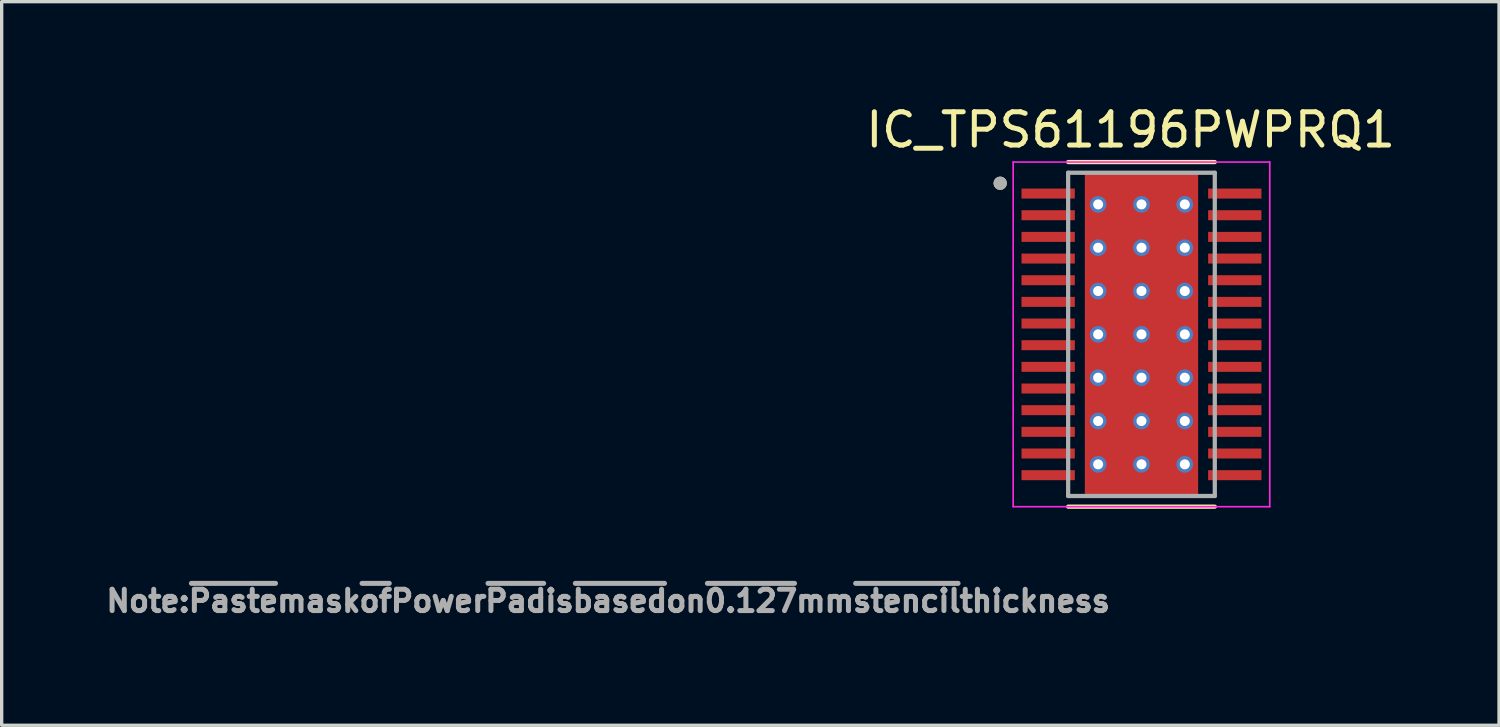
<source format=kicad_pcb>
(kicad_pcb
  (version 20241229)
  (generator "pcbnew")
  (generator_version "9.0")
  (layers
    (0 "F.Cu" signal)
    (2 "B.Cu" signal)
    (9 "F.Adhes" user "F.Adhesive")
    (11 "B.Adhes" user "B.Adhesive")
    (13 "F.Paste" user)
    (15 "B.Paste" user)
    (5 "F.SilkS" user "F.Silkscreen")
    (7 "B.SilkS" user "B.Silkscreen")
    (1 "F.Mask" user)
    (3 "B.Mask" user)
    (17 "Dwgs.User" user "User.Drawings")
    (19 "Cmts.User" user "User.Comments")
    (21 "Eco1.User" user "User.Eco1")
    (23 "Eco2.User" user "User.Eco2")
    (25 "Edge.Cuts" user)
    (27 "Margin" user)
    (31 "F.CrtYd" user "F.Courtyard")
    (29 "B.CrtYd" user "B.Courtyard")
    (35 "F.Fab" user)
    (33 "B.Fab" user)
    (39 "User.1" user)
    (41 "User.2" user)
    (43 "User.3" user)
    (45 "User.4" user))
  (footprint "IC_TPS61196PWPRQ1"
    (layer "F.Cu")
    (at 31.201 6.983)
    (property "Reference" "IC_TPS61196PWPRQ1" (at -0.325 -6.135 0) (layer "F.SilkS") (effects (font (size 1 1) (thickness 0.15))))
    (attr through_hole)
    (fp_poly (pts (xy -3 2) (xy -1 2) (xy -3 2)) (stroke (width 0) (type solid)) (fill yes) (layer "F.Mask"))
    (fp_poly (pts (xy 1 1) (xy 3 1) (xy 1 1)) (stroke (width 0) (type solid)) (fill yes) (layer "F.Mask"))
    (fp_poly (pts (xy 1 2) (xy 3 2) (xy 1 2)) (stroke (width 0) (type solid)) (fill yes) (layer "F.Mask"))
    (fp_poly (pts (xy 1 3) (xy 3 3) (xy 1 3)) (stroke (width 0) (type solid)) (fill yes) (layer "F.Mask"))
    (fp_poly (pts (xy 1 4) (xy 3 4) (xy 1 4)) (stroke (width 0) (type solid)) (fill yes) (layer "F.Mask"))
    (fp_poly (pts (xy -3.683 -1.168) (xy -1.943 -1.168) (xy -1.943 -0.728) (xy -3.683 -0.728)) (stroke (width 0) (type solid)) (fill yes) (layer "F.Mask"))
    (fp_poly (pts (xy -3.683 -0.533) (xy -1.943 -0.533) (xy -1.943 -0.093) (xy -3.683 -0.093)) (stroke (width 0) (type solid)) (fill yes) (layer "F.Mask"))
    (fp_poly (pts (xy -3.683 3.353) (xy -1.943 3.353) (xy -1.943 3.793) (xy -3.683 3.793)) (stroke (width 0) (type solid)) (fill yes) (layer "F.Mask"))
    (fp_poly (pts (xy -3.67 -4.445) (xy -1.93 -4.445) (xy -1.93 -4.005) (xy -3.67 -4.005)) (stroke (width 0.01) (type solid)) (fill yes) (layer "F.Mask"))
    (fp_poly (pts (xy -3.67 -3.795) (xy -1.93 -3.795) (xy -1.93 -3.355) (xy -3.67 -3.355)) (stroke (width 0.01) (type solid)) (fill yes) (layer "F.Mask"))
    (fp_poly (pts (xy -3.67 -3.145) (xy -1.93 -3.145) (xy -1.93 -2.705) (xy -3.67 -2.705)) (stroke (width 0.01) (type solid)) (fill yes) (layer "F.Mask"))
    (fp_poly (pts (xy -3.67 -2.495) (xy -1.93 -2.495) (xy -1.93 -2.055) (xy -3.67 -2.055)) (stroke (width 0.01) (type solid)) (fill yes) (layer "F.Mask"))
    (fp_poly (pts (xy -3.67 -1.845) (xy -1.93 -1.845) (xy -1.93 -1.405) (xy -3.67 -1.405)) (stroke (width 0.01) (type solid)) (fill yes) (layer "F.Mask"))
    (fp_poly (pts (xy -3.67 2.705) (xy -1.93 2.705) (xy -1.93 3.145) (xy -3.67 3.145)) (stroke (width 0) (type solid)) (fill yes) (layer "F.Mask"))
    (fp_poly (pts (xy -3.658 0.127) (xy -1.918 0.127) (xy -1.918 0.567) (xy -3.658 0.567)) (stroke (width 0) (type solid)) (fill yes) (layer "F.Mask"))
    (fp_poly (pts (xy -3.658 0.737) (xy -1.918 0.737) (xy -1.918 1.177) (xy -3.658 1.177)) (stroke (width 0) (type solid)) (fill yes) (layer "F.Mask"))
    (fp_poly (pts (xy -3.658 1.397) (xy -1.918 1.397) (xy -1.918 1.837) (xy -3.658 1.837)) (stroke (width 0) (type solid)) (fill yes) (layer "F.Mask"))
    (fp_poly (pts (xy -3.658 2.057) (xy -1.918 2.057) (xy -1.918 2.497) (xy -3.658 2.497)) (stroke (width 0) (type solid)) (fill yes) (layer "F.Mask"))
    (fp_poly (pts (xy -3.658 4.013) (xy -1.918 4.013) (xy -1.918 4.453) (xy -3.658 4.453)) (stroke (width 0) (type solid)) (fill yes) (layer "F.Mask"))
    (fp_poly (pts (xy -1.702 -4.851) (xy 1.715 -4.851) (xy 1.715 4.885) (xy -1.702 4.885)) (stroke (width 0) (type solid)) (fill yes) (layer "F.Mask"))
    (fp_poly (pts (xy -1.2 -3.23) (xy 1.2 -3.23) (xy 1.2 3.23) (xy -1.2 3.23)) (stroke (width 0.01) (type solid)) (fill yes) (layer "F.Mask"))
    (fp_poly (pts (xy 1.93 -4.445) (xy 3.67 -4.445) (xy 3.67 -4.005) (xy 1.93 -4.005)) (stroke (width 0.01) (type solid)) (fill yes) (layer "F.Mask"))
    (fp_poly (pts (xy 1.93 -3.795) (xy 3.67 -3.795) (xy 3.67 -3.355) (xy 1.93 -3.355)) (stroke (width 0.01) (type solid)) (fill yes) (layer "F.Mask"))
    (fp_poly (pts (xy 1.93 -3.145) (xy 3.67 -3.145) (xy 3.67 -2.705) (xy 1.93 -2.705)) (stroke (width 0.01) (type solid)) (fill yes) (layer "F.Mask"))
    (fp_poly (pts (xy 1.93 -2.495) (xy 3.67 -2.495) (xy 3.67 -2.055) (xy 1.93 -2.055)) (stroke (width 0.01) (type solid)) (fill yes) (layer "F.Mask"))
    (fp_poly (pts (xy 1.93 -1.845) (xy 3.67 -1.845) (xy 3.67 -1.405) (xy 1.93 -1.405)) (stroke (width 0.01) (type solid)) (fill yes) (layer "F.Mask"))
    (fp_poly (pts (xy 1.93 0.762) (xy 3.67 0.762) (xy 3.67 1.202) (xy 1.93 1.202)) (stroke (width 0) (type solid)) (fill yes) (layer "F.Mask"))
    (fp_poly (pts (xy 1.93 1.422) (xy 3.67 1.422) (xy 3.67 1.862) (xy 1.93 1.862)) (stroke (width 0) (type solid)) (fill yes) (layer "F.Mask"))
    (fp_poly (pts (xy 1.956 -1.194) (xy 3.696 -1.194) (xy 3.696 -0.754) (xy 1.956 -0.754)) (stroke (width 0) (type solid)) (fill yes) (layer "F.Mask"))
    (fp_poly (pts (xy 1.956 -0.533) (xy 3.696 -0.533) (xy 3.696 -0.093) (xy 1.956 -0.093)) (stroke (width 0) (type solid)) (fill yes) (layer "F.Mask"))
    (fp_poly (pts (xy 1.956 0.102) (xy 3.696 0.102) (xy 3.696 0.542) (xy 1.956 0.542)) (stroke (width 0) (type solid)) (fill yes) (layer "F.Mask"))
    (fp_poly (pts (xy 1.956 2.057) (xy 3.696 2.057) (xy 3.696 2.497) (xy 1.956 2.497)) (stroke (width 0) (type solid)) (fill yes) (layer "F.Mask"))
    (fp_poly (pts (xy 1.956 2.718) (xy 3.696 2.718) (xy 3.696 3.158) (xy 1.956 3.158)) (stroke (width 0) (type solid)) (fill yes) (layer "F.Mask"))
    (fp_poly (pts (xy 1.956 3.353) (xy 3.696 3.353) (xy 3.696 3.793) (xy 1.956 3.793)) (stroke (width 0) (type solid)) (fill yes) (layer "F.Mask"))
    (fp_poly (pts (xy 1.956 3.988) (xy 3.696 3.988) (xy 3.696 4.428) (xy 1.956 4.428)) (stroke (width 0) (type solid)) (fill yes) (layer "F.Mask"))
    (fp_line (start -2.2 -5.17) (end 2.2 -5.17) (stroke (width 0.127) (type solid)) (layer "F.SilkS"))
    (fp_line (start -2.2 5.17) (end 2.2 5.17) (stroke (width 0.127) (type solid)) (layer "F.SilkS"))
    (fp_circle (center -4.24 -4.535) (end -4.14 -4.535) (stroke (width 0.2) (type solid)) (fill no) (layer "F.SilkS"))
    (fp_poly (pts (xy -3 0) (xy -2 0) (xy -3 0)) (stroke (width 0) (type solid)) (fill yes) (layer "F.Paste"))
    (fp_poly (pts (xy -3 0) (xy -2 0) (xy -3 0)) (stroke (width 0) (type solid)) (fill yes) (layer "F.Paste"))
    (fp_poly (pts (xy -3 1) (xy -2 1) (xy -3 1)) (stroke (width 0) (type solid)) (fill yes) (layer "F.Paste"))
    (fp_poly (pts (xy -3 2) (xy -2 2) (xy -3 2)) (stroke (width 0) (type solid)) (fill yes) (layer "F.Paste"))
    (fp_poly (pts (xy -3 3) (xy -2 3) (xy -3 3)) (stroke (width 0) (type solid)) (fill yes) (layer "F.Paste"))
    (fp_poly (pts (xy -3 4) (xy -2 4) (xy -3 4)) (stroke (width 0.01) (type solid)) (fill yes) (layer "F.Paste"))
    (fp_poly (pts (xy 2 0) (xy 3 0) (xy 2 0)) (stroke (width 0) (type solid)) (fill yes) (layer "F.Paste"))
    (fp_poly (pts (xy 2 3) (xy 3 3) (xy 2 3)) (stroke (width 0.01) (type solid)) (fill yes) (layer "F.Paste"))
    (fp_poly (pts (xy 2 4) (xy 3 4) (xy 2 4)) (stroke (width 0) (type solid)) (fill yes) (layer "F.Paste"))
    (fp_poly (pts (xy -3.588 -1.118) (xy -2.038 -1.118) (xy -2.038 -0.868) (xy -3.588 -0.868)) (stroke (width 0.01) (type solid)) (fill yes) (layer "F.Paste"))
    (fp_poly (pts (xy -3.588 0.838) (xy -2.038 0.838) (xy -2.038 1.088) (xy -3.588 1.088)) (stroke (width 0.01) (type solid)) (fill yes) (layer "F.Paste"))
    (fp_poly (pts (xy -3.588 2.819) (xy -2.038 2.819) (xy -2.038 3.069) (xy -3.588 3.069)) (stroke (width 0.01) (type solid)) (fill yes) (layer "F.Paste"))
    (fp_poly (pts (xy -3.588 3.458) (xy -2.038 3.458) (xy -2.038 3.708) (xy -3.588 3.708)) (stroke (width 0.01) (type solid)) (fill yes) (layer "F.Paste"))
    (fp_poly (pts (xy -3.575 -4.35) (xy -2.025 -4.35) (xy -2.025 -4.1) (xy -3.575 -4.1)) (stroke (width 0.01) (type solid)) (fill yes) (layer "F.Paste"))
    (fp_poly (pts (xy -3.575 -3.7) (xy -2.025 -3.7) (xy -2.025 -3.45) (xy -3.575 -3.45)) (stroke (width 0.01) (type solid)) (fill yes) (layer "F.Paste"))
    (fp_poly (pts (xy -3.575 -3.05) (xy -2.025 -3.05) (xy -2.025 -2.8) (xy -3.575 -2.8)) (stroke (width 0.01) (type solid)) (fill yes) (layer "F.Paste"))
    (fp_poly (pts (xy -3.575 -2.4) (xy -2.025 -2.4) (xy -2.025 -2.15) (xy -3.575 -2.15)) (stroke (width 0.01) (type solid)) (fill yes) (layer "F.Paste"))
    (fp_poly (pts (xy -3.575 -1.75) (xy -2.025 -1.75) (xy -2.025 -1.5) (xy -3.575 -1.5)) (stroke (width 0.01) (type solid)) (fill yes) (layer "F.Paste"))
    (fp_poly (pts (xy -3.563 -0.453) (xy -2.013 -0.453) (xy -2.013 -0.203) (xy -3.563 -0.203)) (stroke (width 0.01) (type solid)) (fill yes) (layer "F.Paste"))
    (fp_poly (pts (xy -3.563 0.203) (xy -2.013 0.203) (xy -2.013 0.453) (xy -3.563 0.453)) (stroke (width 0.01) (type solid)) (fill yes) (layer "F.Paste"))
    (fp_poly (pts (xy -3.563 1.503) (xy -2.013 1.503) (xy -2.013 1.753) (xy -3.563 1.753)) (stroke (width 0.01) (type solid)) (fill yes) (layer "F.Paste"))
    (fp_poly (pts (xy -3.563 2.159) (xy -2.013 2.159) (xy -2.013 2.409) (xy -3.563 2.409)) (stroke (width 0.01) (type solid)) (fill yes) (layer "F.Paste"))
    (fp_poly (pts (xy -3.563 4.093) (xy -2.013 4.093) (xy -2.013 4.343) (xy -3.563 4.343)) (stroke (width 0.01) (type solid)) (fill yes) (layer "F.Paste"))
    (fp_poly (pts (xy -1.2 -3.23) (xy 1.2 -3.23) (xy 1.2 3.23) (xy -1.2 3.23)) (stroke (width 0.01) (type solid)) (fill yes) (layer "F.Paste"))
    (fp_poly (pts (xy 2.025 -4.35) (xy 3.575 -4.35) (xy 3.575 -4.1) (xy 2.025 -4.1)) (stroke (width 0.01) (type solid)) (fill yes) (layer "F.Paste"))
    (fp_poly (pts (xy 2.025 -3.7) (xy 3.575 -3.7) (xy 3.575 -3.45) (xy 2.025 -3.45)) (stroke (width 0.01) (type solid)) (fill yes) (layer "F.Paste"))
    (fp_poly (pts (xy 2.025 -3.05) (xy 3.575 -3.05) (xy 3.575 -2.8) (xy 2.025 -2.8)) (stroke (width 0.01) (type solid)) (fill yes) (layer "F.Paste"))
    (fp_poly (pts (xy 2.025 -2.4) (xy 3.575 -2.4) (xy 3.575 -2.15) (xy 2.025 -2.15)) (stroke (width 0.01) (type solid)) (fill yes) (layer "F.Paste"))
    (fp_poly (pts (xy 2.025 -1.75) (xy 3.575 -1.75) (xy 3.575 -1.5) (xy 2.025 -1.5)) (stroke (width 0.01) (type solid)) (fill yes) (layer "F.Paste"))
    (fp_poly (pts (xy 2.025 -1.118) (xy 3.575 -1.118) (xy 3.575 -0.868) (xy 2.025 -0.868)) (stroke (width 0.01) (type solid)) (fill yes) (layer "F.Paste"))
    (fp_poly (pts (xy 2.025 -0.457) (xy 3.575 -0.457) (xy 3.575 -0.207) (xy 2.025 -0.207)) (stroke (width 0.01) (type solid)) (fill yes) (layer "F.Paste"))
    (fp_poly (pts (xy 2.025 0.203) (xy 3.575 0.203) (xy 3.575 0.453) (xy 2.025 0.453)) (stroke (width 0.01) (type solid)) (fill yes) (layer "F.Paste"))
    (fp_poly (pts (xy 2.025 0.838) (xy 3.575 0.838) (xy 3.575 1.088) (xy 2.025 1.088)) (stroke (width 0.01) (type solid)) (fill yes) (layer "F.Paste"))
    (fp_poly (pts (xy 2.025 2.159) (xy 3.575 2.159) (xy 3.575 2.409) (xy 2.025 2.409)) (stroke (width 0.01) (type solid)) (fill yes) (layer "F.Paste"))
    (fp_poly (pts (xy 2.025 2.794) (xy 3.575 2.794) (xy 3.575 3.044) (xy 2.025 3.044)) (stroke (width 0.01) (type solid)) (fill yes) (layer "F.Paste"))
    (fp_poly (pts (xy 2.05 1.503) (xy 3.6 1.503) (xy 3.6 1.753) (xy 2.05 1.753)) (stroke (width 0.01) (type solid)) (fill yes) (layer "F.Paste"))
    (fp_poly (pts (xy 2.05 3.458) (xy 3.6 3.458) (xy 3.6 3.708) (xy 2.05 3.708)) (stroke (width 0.01) (type solid)) (fill yes) (layer "F.Paste"))
    (fp_poly (pts (xy 2.05 4.093) (xy 3.6 4.093) (xy 3.6 4.343) (xy 2.05 4.343)) (stroke (width 0.01) (type solid)) (fill yes) (layer "F.Paste"))
    (fp_line (start -3.85 -5.17) (end -3.85 5.17) (stroke (width 0.05) (type solid)) (layer "F.CrtYd"))
    (fp_line (start -3.85 -5.17) (end 3.85 -5.17) (stroke (width 0.05) (type solid)) (layer "F.CrtYd"))
    (fp_line (start -3.85 5.17) (end 3.85 5.17) (stroke (width 0.05) (type solid)) (layer "F.CrtYd"))
    (fp_line (start 3.85 -5.17) (end 3.85 5.17) (stroke (width 0.05) (type solid)) (layer "F.CrtYd"))
    (fp_line (start -2.2 -4.85) (end -2.2 4.85) (stroke (width 0.127) (type solid)) (layer "F.Fab"))
    (fp_line (start -2.2 -4.85) (end 2.2 -4.85) (stroke (width 0.127) (type solid)) (layer "F.Fab"))
    (fp_line (start -2.2 4.85) (end 2.2 4.85) (stroke (width 0.127) (type solid)) (layer "F.Fab"))
    (fp_line (start 2.2 -4.85) (end 2.2 4.85) (stroke (width 0.127) (type solid)) (layer "F.Fab"))
    (fp_circle (center -4.24 -4.535) (end -4.14 -4.535) (stroke (width 0.2) (type solid)) (fill no) (layer "F.Fab"))
    (fp_text user "Note:~{Paste}mask~{of}Power~{Pad}is~{based}on~{0.127}mm~{stencil}thickness" (at -16 8 0) (layer "F.Fab") (effects (font (size 0.64 0.64) (thickness 0.15))))
    (pad "1" smd rect (at -2.8 -4.225) (size 1.6 0.3) (layers "F.Cu"))
    (pad "2" smd rect (at -2.8 -3.575) (size 1.6 0.3) (layers "F.Cu"))
    (pad "3" smd rect (at -2.8 -2.925) (size 1.6 0.3) (layers "F.Cu"))
    (pad "4" smd rect (at -2.8 -2.275) (size 1.6 0.3) (layers "F.Cu"))
    (pad "5" smd rect (at -2.8 -1.625) (size 1.6 0.3) (layers "F.Cu"))
    (pad "6" smd rect (at -2.8 -0.975) (size 1.6 0.3) (layers "F.Cu"))
    (pad "7" smd rect (at -2.8 -0.325) (size 1.6 0.3) (layers "F.Cu"))
    (pad "8" smd rect (at -2.8 0.325) (size 1.6 0.3) (layers "F.Cu"))
    (pad "9" smd rect (at -2.8 0.975) (size 1.6 0.3) (layers "F.Cu"))
    (pad "10" smd rect (at -2.8 1.625) (size 1.6 0.3) (layers "F.Cu"))
    (pad "11" smd rect (at -2.8 2.275) (size 1.6 0.3) (layers "F.Cu"))
    (pad "12" smd rect (at -2.8 2.925) (size 1.6 0.3) (layers "F.Cu"))
    (pad "13" smd rect (at -2.8 3.575) (size 1.6 0.3) (layers "F.Cu"))
    (pad "14" smd rect (at -2.8 4.225) (size 1.6 0.3) (layers "F.Cu"))
    (pad "15" smd rect (at 2.8 4.225) (size 1.6 0.3) (layers "F.Cu"))
    (pad "16" smd rect (at 2.8 3.575) (size 1.6 0.3) (layers "F.Cu"))
    (pad "17" smd rect (at 2.8 2.925) (size 1.6 0.3) (layers "F.Cu"))
    (pad "18" smd rect (at 2.8 2.275) (size 1.6 0.3) (layers "F.Cu"))
    (pad "19" smd rect (at 2.8 1.625) (size 1.6 0.3) (layers "F.Cu"))
    (pad "20" smd rect (at 2.8 0.975) (size 1.6 0.3) (layers "F.Cu"))
    (pad "21" smd rect (at 2.8 0.325) (size 1.6 0.3) (layers "F.Cu"))
    (pad "22" smd rect (at 2.8 -0.325) (size 1.6 0.3) (layers "F.Cu"))
    (pad "23" smd rect (at 2.8 -0.975) (size 1.6 0.3) (layers "F.Cu"))
    (pad "24" smd rect (at 2.8 -1.625) (size 1.6 0.3) (layers "F.Cu"))
    (pad "25" smd rect (at 2.8 -2.275) (size 1.6 0.3) (layers "F.Cu"))
    (pad "26" smd rect (at 2.8 -2.925) (size 1.6 0.3) (layers "F.Cu"))
    (pad "27" smd rect (at 2.8 -3.575) (size 1.6 0.3) (layers "F.Cu"))
    (pad "28" smd rect (at 2.8 -4.225) (size 1.6 0.3) (layers "F.Cu"))
    (pad "29" thru_hole circle (at -1.3 -3.9) (size 0.5 0.5) (drill 0.3) (layers "*.Cu"))
    (pad "29" thru_hole circle (at -1.3 -2.6) (size 0.5 0.5) (drill 0.3) (layers "*.Cu"))
    (pad "29" thru_hole circle (at -1.3 -1.3) (size 0.5 0.5) (drill 0.3) (layers "*.Cu"))
    (pad "29" thru_hole circle (at -1.3 0) (size 0.5 0.5) (drill 0.3) (layers "*.Cu"))
    (pad "29" thru_hole circle (at -1.3 1.3) (size 0.5 0.5) (drill 0.3) (layers "*.Cu"))
    (pad "29" thru_hole circle (at -1.3 2.6) (size 0.5 0.5) (drill 0.3) (layers "*.Cu"))
    (pad "29" thru_hole circle (at -1.3 3.9) (size 0.5 0.5) (drill 0.3) (layers "*.Cu"))
    (pad "29" thru_hole circle (at 0 -3.9) (size 0.5 0.5) (drill 0.3) (layers "*.Cu"))
    (pad "29" thru_hole circle (at 0 -2.6) (size 0.5 0.5) (drill 0.3) (layers "*.Cu"))
    (pad "29" thru_hole circle (at 0 -1.3) (size 0.5 0.5) (drill 0.3) (layers "*.Cu"))
    (pad "29" thru_hole circle (at 0 0) (size 0.5 0.5) (drill 0.3) (layers "*.Cu"))
    (pad "29" smd rect (at 0 0) (size 3.4 9.7) (layers "F.Cu"))
    (pad "29" thru_hole circle (at 0 1.3) (size 0.5 0.5) (drill 0.3) (layers "*.Cu"))
    (pad "29" thru_hole circle (at 0 2.6) (size 0.5 0.5) (drill 0.3) (layers "*.Cu"))
    (pad "29" thru_hole circle (at 0 3.9) (size 0.5 0.5) (drill 0.3) (layers "*.Cu"))
    (pad "29" thru_hole circle (at 1.3 -3.9) (size 0.5 0.5) (drill 0.3) (layers "*.Cu"))
    (pad "29" thru_hole circle (at 1.3 -2.6) (size 0.5 0.5) (drill 0.3) (layers "*.Cu"))
    (pad "29" thru_hole circle (at 1.3 -1.3) (size 0.5 0.5) (drill 0.3) (layers "*.Cu"))
    (pad "29" thru_hole circle (at 1.3 0) (size 0.5 0.5) (drill 0.3) (layers "*.Cu"))
    (pad "29" thru_hole circle (at 1.3 1.3) (size 0.5 0.5) (drill 0.3) (layers "*.Cu"))
    (pad "29" thru_hole circle (at 1.3 2.6) (size 0.5 0.5) (drill 0.3) (layers "*.Cu"))
    (pad "29" thru_hole circle (at 1.3 3.9) (size 0.5 0.5) (drill 0.3) (layers "*.Cu")))
  (gr_rect
    (start -3 -3)
    (end 41.93 18.712)
    (stroke (width 0.1) (type default))
    (fill no)
    (layer "Edge.Cuts")))
</source>
